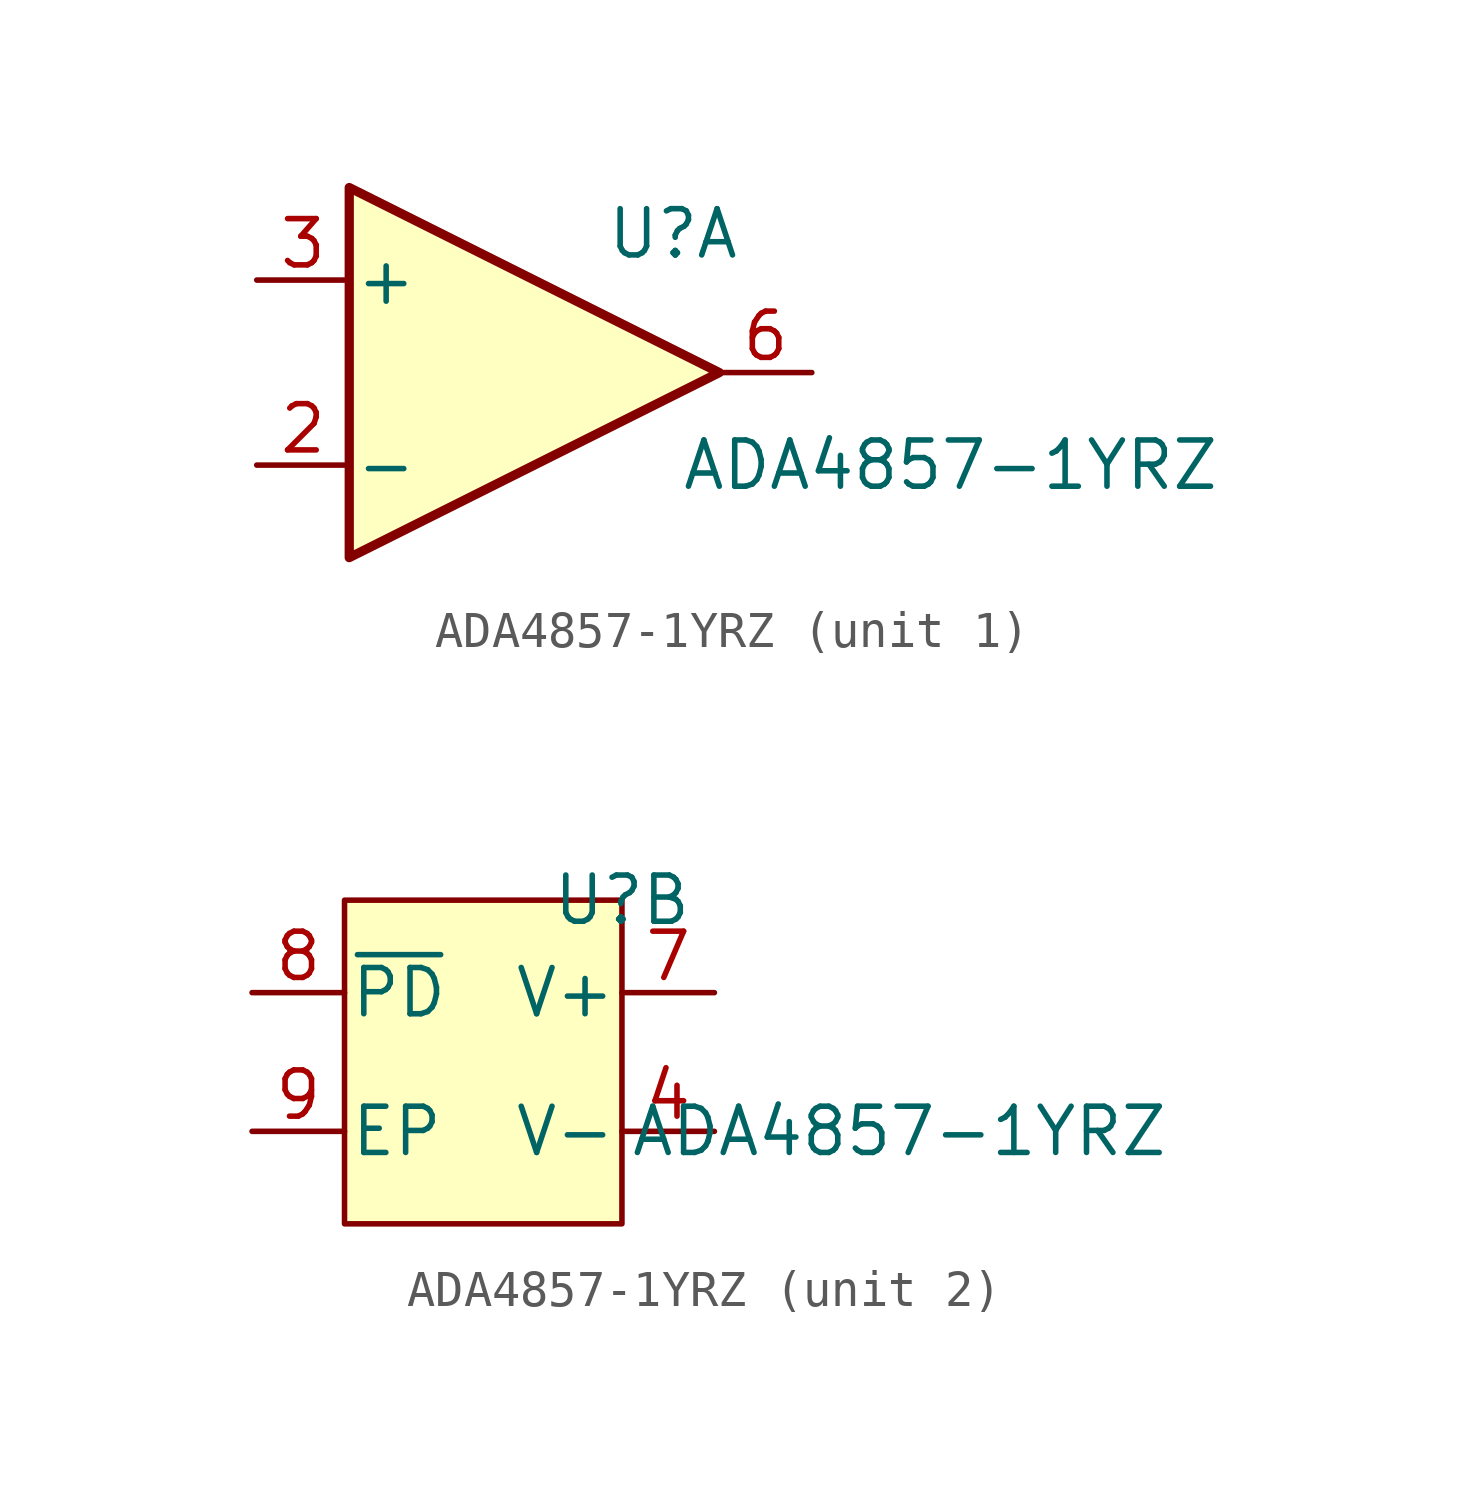
<source format=kicad_sym>
(kicad_symbol_lib
  (version 20220914)
  (generator kicad_symbol_editor)
  (symbol "ADA4857-1YRZ"
    (pin_names
      (offset 0.127))
    (property "Reference" "U"
      (at 3.81 3.81 0)
      (effects (font (size 1.27 1.27))))
    (property "Value" "ADA4857-1YRZ"
      (at 11.43 -2.54 0)
      (effects (font (size 1.27 1.27))))
    (symbol "ADA4857-1YRZ_1_1"
      (polyline (pts (xy -5.08 5.08) (xy 5.08 0) (xy -5.08 -5.08) (xy -5.08 5.08)) (stroke (width 0.254) (type default)) (fill (type background)))
      (pin input line (at -7.62 -2.54 0) (length 2.54) (name "-" (effects (font (size 1.27 1.27)))) (number "2" (effects (font (size 1.27 1.27)))))
      (pin input line (at -7.62 2.54 0) (length 2.54) (name "+" (effects (font (size 1.27 1.27)))) (number "3" (effects (font (size 1.27 1.27)))))
      (pin output line (at 7.62 0 180) (length 2.54) (name "~" (effects (font (size 1.27 1.27)))) (number "6" (effects (font (size 1.27 1.27))))))
    (symbol "ADA4857-1YRZ_2_1"
      (rectangle (start -3.81 3.81) (end 3.81 -5.08) (stroke (width 0) (type default)) (fill (type background)))
      (pin power_in line (at 6.35 -2.54 180) (length 2.54) (name "V-" (effects (font (size 1.27 1.27)))) (number "4" (effects (font (size 1.27 1.27)))))
      (pin power_in line (at 6.35 1.27 180) (length 2.54) (name "V+" (effects (font (size 1.27 1.27)))) (number "7" (effects (font (size 1.27 1.27)))))
      (pin input line (at -6.35 1.27 0) (length 2.54) (name "~{PD}" (effects (font (size 1.27 1.27)))) (number "8" (effects (font (size 1.27 1.27)))))
      (pin passive line (at -6.35 -2.54 0) (length 2.54) (name "EP" (effects (font (size 1.27 1.27)))) (number "9" (effects (font (size 1.27 1.27))))))))
</source>
